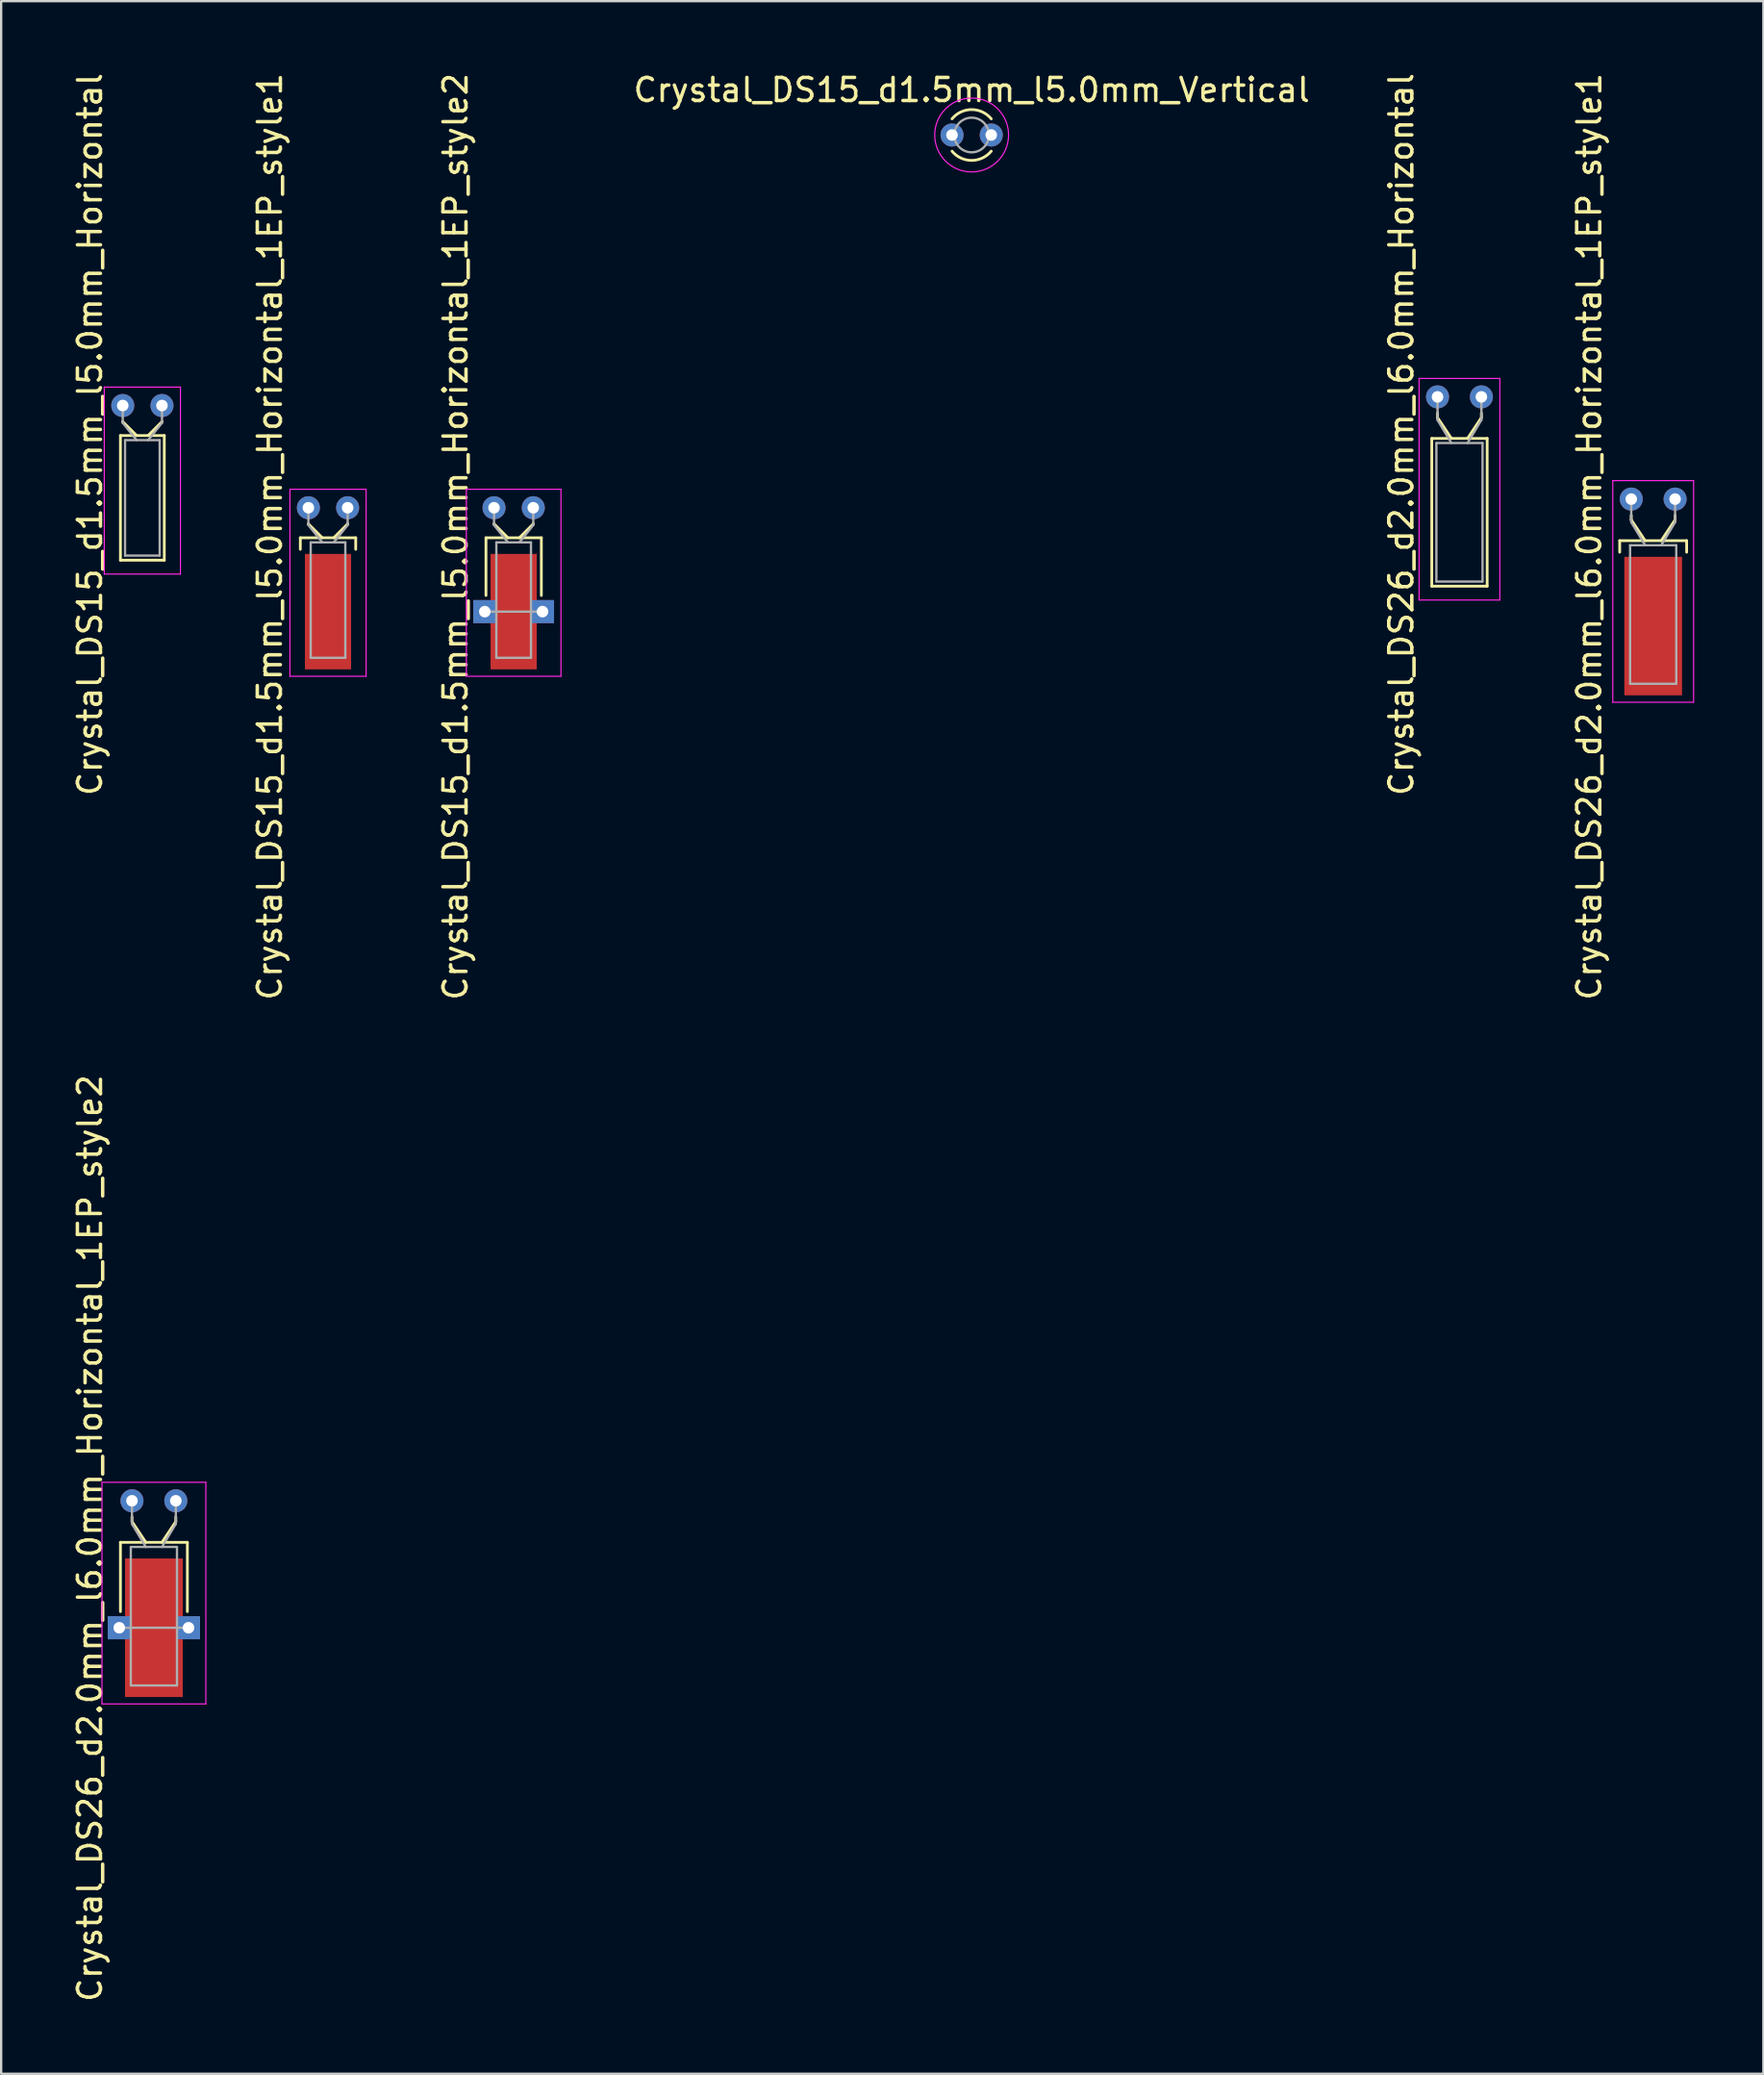
<source format=kicad_pcb>
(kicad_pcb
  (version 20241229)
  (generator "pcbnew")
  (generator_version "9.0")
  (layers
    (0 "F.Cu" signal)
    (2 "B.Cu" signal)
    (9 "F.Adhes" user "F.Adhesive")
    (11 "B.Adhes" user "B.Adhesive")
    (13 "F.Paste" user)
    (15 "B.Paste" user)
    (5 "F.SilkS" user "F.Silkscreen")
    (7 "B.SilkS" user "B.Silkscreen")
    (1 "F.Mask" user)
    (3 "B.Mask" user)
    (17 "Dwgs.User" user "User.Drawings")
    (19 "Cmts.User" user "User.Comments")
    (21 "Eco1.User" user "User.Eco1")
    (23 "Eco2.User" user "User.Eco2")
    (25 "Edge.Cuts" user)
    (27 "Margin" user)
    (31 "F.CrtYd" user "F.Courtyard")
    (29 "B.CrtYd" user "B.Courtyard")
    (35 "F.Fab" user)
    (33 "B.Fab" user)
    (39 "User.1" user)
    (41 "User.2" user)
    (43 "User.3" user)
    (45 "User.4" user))
  (footprint "Crystal_DS15_d1.5mm_l5.0mm_Horizontal"
    (layer "F.Cu")
    (at 2.268 14.518)
    (property "Reference" "Crystal_DS15_d1.5mm_l5.0mm_Horizontal" (at -1.42 1.25 90) (layer "F.SilkS") (effects (font (size 1 1) (thickness 0.15))))
    (attr through_hole)
    (fp_line (start -0.1 1.3) (end -0.1 6.7) (stroke (width 0.12) (type solid)) (layer "F.SilkS"))
    (fp_line (start -0.1 6.7) (end 1.8 6.7) (stroke (width 0.12) (type solid)) (layer "F.SilkS"))
    (fp_line (start 0 0.7) (end 0 0.7) (stroke (width 0.12) (type solid)) (layer "F.SilkS"))
    (fp_line (start 0.6 1.3) (end 0 0.7) (stroke (width 0.12) (type solid)) (layer "F.SilkS"))
    (fp_line (start 1.1 1.3) (end 1.7 0.7) (stroke (width 0.12) (type solid)) (layer "F.SilkS"))
    (fp_line (start 1.7 0.7) (end 1.7 0.7) (stroke (width 0.12) (type solid)) (layer "F.SilkS"))
    (fp_line (start 1.8 1.3) (end -0.1 1.3) (stroke (width 0.12) (type solid)) (layer "F.SilkS"))
    (fp_line (start 1.8 6.7) (end 1.8 1.3) (stroke (width 0.12) (type solid)) (layer "F.SilkS"))
    (fp_line (start -0.8 -0.8) (end -0.8 7.3) (stroke (width 0.05) (type solid)) (layer "F.CrtYd"))
    (fp_line (start -0.8 7.3) (end 2.5 7.3) (stroke (width 0.05) (type solid)) (layer "F.CrtYd"))
    (fp_line (start 2.5 -0.8) (end -0.8 -0.8) (stroke (width 0.05) (type solid)) (layer "F.CrtYd"))
    (fp_line (start 2.5 7.3) (end 2.5 -0.8) (stroke (width 0.05) (type solid)) (layer "F.CrtYd"))
    (fp_line (start 0 0.75) (end 0 0) (stroke (width 0.1) (type solid)) (layer "F.Fab"))
    (fp_line (start 0.1 1.5) (end 0.1 6.5) (stroke (width 0.1) (type solid)) (layer "F.Fab"))
    (fp_line (start 0.1 6.5) (end 1.6 6.5) (stroke (width 0.1) (type solid)) (layer "F.Fab"))
    (fp_line (start 0.6 1.5) (end 0 0.75) (stroke (width 0.1) (type solid)) (layer "F.Fab"))
    (fp_line (start 1.1 1.5) (end 1.7 0.75) (stroke (width 0.1) (type solid)) (layer "F.Fab"))
    (fp_line (start 1.6 1.5) (end 0.1 1.5) (stroke (width 0.1) (type solid)) (layer "F.Fab"))
    (fp_line (start 1.6 6.5) (end 1.6 1.5) (stroke (width 0.1) (type solid)) (layer "F.Fab"))
    (fp_line (start 1.7 0.75) (end 1.7 0) (stroke (width 0.1) (type solid)) (layer "F.Fab"))
    (pad "1" thru_hole circle (at 0 0) (size 1 1) (drill 0.5) (layers "*.Cu" "*.Mask"))
    (pad "2" thru_hole circle (at 1.7 0) (size 1 1) (drill 0.5) (layers "*.Cu" "*.Mask")))
  (footprint "Crystal_DS15_d1.5mm_l5.0mm_Horizontal_1EP_style1"
    (layer "F.Cu")
    (at 10.312 18.946)
    (property "Reference" "Crystal_DS15_d1.5mm_l5.0mm_Horizontal_1EP_style1" (at -1.67 1.25 90) (layer "F.SilkS") (effects (font (size 1 1) (thickness 0.15))))
    (attr through_hole)
    (fp_line (start -0.35 1.3) (end 2.05 1.3) (stroke (width 0.12) (type solid)) (layer "F.SilkS"))
    (fp_line (start -0.35 1.8) (end -0.35 1.3) (stroke (width 0.12) (type solid)) (layer "F.SilkS"))
    (fp_line (start 0 0.7) (end 0 0.7) (stroke (width 0.12) (type solid)) (layer "F.SilkS"))
    (fp_line (start 0.6 1.3) (end 0 0.7) (stroke (width 0.12) (type solid)) (layer "F.SilkS"))
    (fp_line (start 1.1 1.3) (end 1.7 0.7) (stroke (width 0.12) (type solid)) (layer "F.SilkS"))
    (fp_line (start 1.7 0.7) (end 1.7 0.7) (stroke (width 0.12) (type solid)) (layer "F.SilkS"))
    (fp_line (start 2.05 1.3) (end 2.05 1.8) (stroke (width 0.12) (type solid)) (layer "F.SilkS"))
    (fp_line (start -0.8 -0.8) (end -0.8 7.3) (stroke (width 0.05) (type solid)) (layer "F.CrtYd"))
    (fp_line (start -0.8 7.3) (end 2.5 7.3) (stroke (width 0.05) (type solid)) (layer "F.CrtYd"))
    (fp_line (start 2.5 -0.8) (end -0.8 -0.8) (stroke (width 0.05) (type solid)) (layer "F.CrtYd"))
    (fp_line (start 2.5 7.3) (end 2.5 -0.8) (stroke (width 0.05) (type solid)) (layer "F.CrtYd"))
    (fp_line (start 0 0.75) (end 0 0) (stroke (width 0.1) (type solid)) (layer "F.Fab"))
    (fp_line (start 0.1 1.5) (end 0.1 6.5) (stroke (width 0.1) (type solid)) (layer "F.Fab"))
    (fp_line (start 0.1 6.5) (end 1.6 6.5) (stroke (width 0.1) (type solid)) (layer "F.Fab"))
    (fp_line (start 0.6 1.5) (end 0 0.75) (stroke (width 0.1) (type solid)) (layer "F.Fab"))
    (fp_line (start 1.1 1.5) (end 1.7 0.75) (stroke (width 0.1) (type solid)) (layer "F.Fab"))
    (fp_line (start 1.6 1.5) (end 0.1 1.5) (stroke (width 0.1) (type solid)) (layer "F.Fab"))
    (fp_line (start 1.6 6.5) (end 1.6 1.5) (stroke (width 0.1) (type solid)) (layer "F.Fab"))
    (fp_line (start 1.7 0.75) (end 1.7 0) (stroke (width 0.1) (type solid)) (layer "F.Fab"))
    (pad "1" thru_hole circle (at 0 0) (size 1 1) (drill 0.5) (layers "*.Cu" "*.Mask"))
    (pad "2" thru_hole circle (at 1.7 0) (size 1 1) (drill 0.5) (layers "*.Cu" "*.Mask"))
    (pad "3" smd rect (at 0.85 4.5) (size 2 5) (layers "F.Cu" "F.Mask")))
  (footprint "Crystal_DS26_d2.0mm_l6.0mm_Horizontal_1EP_style1"
    (layer "F.Cu")
    (at 67.627 18.571)
    (property "Reference" "Crystal_DS26_d2.0mm_l6.0mm_Horizontal_1EP_style1" (at -1.82 1.625 90) (layer "F.SilkS") (effects (font (size 1 1) (thickness 0.15))))
    (attr through_hole)
    (fp_line (start -0.5 1.8) (end 2.4 1.8) (stroke (width 0.12) (type solid)) (layer "F.SilkS"))
    (fp_line (start -0.5 2.3) (end -0.5 1.8) (stroke (width 0.12) (type solid)) (layer "F.SilkS"))
    (fp_line (start 0 0.9) (end 0 0.7) (stroke (width 0.12) (type solid)) (layer "F.SilkS"))
    (fp_line (start 0.6 1.8) (end 0 0.9) (stroke (width 0.12) (type solid)) (layer "F.SilkS"))
    (fp_line (start 1.3 1.8) (end 1.9 0.9) (stroke (width 0.12) (type solid)) (layer "F.SilkS"))
    (fp_line (start 1.9 0.9) (end 1.9 0.7) (stroke (width 0.12) (type solid)) (layer "F.SilkS"))
    (fp_line (start 2.4 1.8) (end 2.4 2.3) (stroke (width 0.12) (type solid)) (layer "F.SilkS"))
    (fp_line (start -0.8 -0.8) (end -0.8 8.8) (stroke (width 0.05) (type solid)) (layer "F.CrtYd"))
    (fp_line (start -0.8 8.8) (end 2.7 8.8) (stroke (width 0.05) (type solid)) (layer "F.CrtYd"))
    (fp_line (start 2.7 -0.8) (end -0.8 -0.8) (stroke (width 0.05) (type solid)) (layer "F.CrtYd"))
    (fp_line (start 2.7 8.8) (end 2.7 -0.8) (stroke (width 0.05) (type solid)) (layer "F.CrtYd"))
    (fp_line (start -0.05 2) (end -0.05 8) (stroke (width 0.1) (type solid)) (layer "F.Fab"))
    (fp_line (start -0.05 8) (end 1.95 8) (stroke (width 0.1) (type solid)) (layer "F.Fab"))
    (fp_line (start 0 1) (end 0 0) (stroke (width 0.1) (type solid)) (layer "F.Fab"))
    (fp_line (start 0.6 2) (end 0 1) (stroke (width 0.1) (type solid)) (layer "F.Fab"))
    (fp_line (start 1.3 2) (end 1.9 1) (stroke (width 0.1) (type solid)) (layer "F.Fab"))
    (fp_line (start 1.9 1) (end 1.9 0) (stroke (width 0.1) (type solid)) (layer "F.Fab"))
    (fp_line (start 1.95 2) (end -0.05 2) (stroke (width 0.1) (type solid)) (layer "F.Fab"))
    (fp_line (start 1.95 8) (end 1.95 2) (stroke (width 0.1) (type solid)) (layer "F.Fab"))
    (pad "1" thru_hole circle (at 0 0) (size 1 1) (drill 0.5) (layers "*.Cu" "*.Mask"))
    (pad "2" thru_hole circle (at 1.9 0) (size 1 1) (drill 0.5) (layers "*.Cu" "*.Mask"))
    (pad "3" smd rect (at 0.95 5.5) (size 2.5 6) (layers "F.Cu" "F.Mask")))
  (footprint "Crystal_DS26_d2.0mm_l6.0mm_Horizontal"
    (layer "F.Cu")
    (at 59.234 14.143)
    (property "Reference" "Crystal_DS26_d2.0mm_l6.0mm_Horizontal" (at -1.57 1.625 90) (layer "F.SilkS") (effects (font (size 1 1) (thickness 0.15))))
    (attr through_hole)
    (fp_line (start -0.25 1.8) (end -0.25 8.2) (stroke (width 0.12) (type solid)) (layer "F.SilkS"))
    (fp_line (start -0.25 8.2) (end 2.15 8.2) (stroke (width 0.12) (type solid)) (layer "F.SilkS"))
    (fp_line (start 0 0.9) (end 0 0.7) (stroke (width 0.12) (type solid)) (layer "F.SilkS"))
    (fp_line (start 0.6 1.8) (end 0 0.9) (stroke (width 0.12) (type solid)) (layer "F.SilkS"))
    (fp_line (start 1.3 1.8) (end 1.9 0.9) (stroke (width 0.12) (type solid)) (layer "F.SilkS"))
    (fp_line (start 1.9 0.9) (end 1.9 0.7) (stroke (width 0.12) (type solid)) (layer "F.SilkS"))
    (fp_line (start 2.15 1.8) (end -0.25 1.8) (stroke (width 0.12) (type solid)) (layer "F.SilkS"))
    (fp_line (start 2.15 8.2) (end 2.15 1.8) (stroke (width 0.12) (type solid)) (layer "F.SilkS"))
    (fp_line (start -0.8 -0.8) (end -0.8 8.8) (stroke (width 0.05) (type solid)) (layer "F.CrtYd"))
    (fp_line (start -0.8 8.8) (end 2.7 8.8) (stroke (width 0.05) (type solid)) (layer "F.CrtYd"))
    (fp_line (start 2.7 -0.8) (end -0.8 -0.8) (stroke (width 0.05) (type solid)) (layer "F.CrtYd"))
    (fp_line (start 2.7 8.8) (end 2.7 -0.8) (stroke (width 0.05) (type solid)) (layer "F.CrtYd"))
    (fp_line (start -0.05 2) (end -0.05 8) (stroke (width 0.1) (type solid)) (layer "F.Fab"))
    (fp_line (start -0.05 8) (end 1.95 8) (stroke (width 0.1) (type solid)) (layer "F.Fab"))
    (fp_line (start 0 1) (end 0 0) (stroke (width 0.1) (type solid)) (layer "F.Fab"))
    (fp_line (start 0.6 2) (end 0 1) (stroke (width 0.1) (type solid)) (layer "F.Fab"))
    (fp_line (start 1.3 2) (end 1.9 1) (stroke (width 0.1) (type solid)) (layer "F.Fab"))
    (fp_line (start 1.9 1) (end 1.9 0) (stroke (width 0.1) (type solid)) (layer "F.Fab"))
    (fp_line (start 1.95 2) (end -0.05 2) (stroke (width 0.1) (type solid)) (layer "F.Fab"))
    (fp_line (start 1.95 8) (end 1.95 2) (stroke (width 0.1) (type solid)) (layer "F.Fab"))
    (pad "1" thru_hole circle (at 0 0) (size 1 1) (drill 0.5) (layers "*.Cu" "*.Mask"))
    (pad "2" thru_hole circle (at 1.9 0) (size 1 1) (drill 0.5) (layers "*.Cu" "*.Mask")))
  (footprint "Crystal_DS15_d1.5mm_l5.0mm_Vertical"
    (layer "F.Cu")
    (at 38.198 2.798)
    (property "Reference" "Crystal_DS15_d1.5mm_l5.0mm_Vertical" (at 0.85 -1.95 0) (layer "F.SilkS") (effects (font (size 1 1) (thickness 0.15))))
    (attr through_hole)
    (fp_arc (start 0 -0.7) (mid 0.850432 -1.101136) (end 1.700549 -0.699333) (stroke (width 0.12) (type solid)) (layer "F.SilkS"))
    (fp_arc (start 1.700549 0.699333) (mid 0.850432 1.101136) (end 0 0.7) (stroke (width 0.12) (type solid)) (layer "F.SilkS"))
    (fp_circle (center 0.85 0) (end 2.45 0) (stroke (width 0.05) (type solid)) (fill no) (layer "F.CrtYd"))
    (fp_circle (center 0.85 0) (end 1.6 0) (stroke (width 0.1) (type solid)) (fill no) (layer "F.Fab"))
    (pad "1" thru_hole circle (at 0 0) (size 1 1) (drill 0.5) (layers "*.Cu" "*.Mask"))
    (pad "2" thru_hole circle (at 1.7 0) (size 1 1) (drill 0.5) (layers "*.Cu" "*.Mask")))
  (footprint "Crystal_DS26_d2.0mm_l6.0mm_Horizontal_1EP_style2"
    (layer "F.Cu")
    (at 2.668 61.964)
    (property "Reference" "Crystal_DS26_d2.0mm_l6.0mm_Horizontal_1EP_style2" (at -1.82 1.625 90) (layer "F.SilkS") (effects (font (size 1 1) (thickness 0.15))))
    (attr through_hole)
    (fp_line (start -0.5 1.8) (end 2.4 1.8) (stroke (width 0.12) (type solid)) (layer "F.SilkS"))
    (fp_line (start -0.5 4.8) (end -0.5 1.8) (stroke (width 0.12) (type solid)) (layer "F.SilkS"))
    (fp_line (start 0 0.9) (end 0 0.7) (stroke (width 0.12) (type solid)) (layer "F.SilkS"))
    (fp_line (start 0.6 1.8) (end 0 0.9) (stroke (width 0.12) (type solid)) (layer "F.SilkS"))
    (fp_line (start 1.3 1.8) (end 1.9 0.9) (stroke (width 0.12) (type solid)) (layer "F.SilkS"))
    (fp_line (start 1.9 0.9) (end 1.9 0.7) (stroke (width 0.12) (type solid)) (layer "F.SilkS"))
    (fp_line (start 2.4 1.8) (end 2.4 4.8) (stroke (width 0.12) (type solid)) (layer "F.SilkS"))
    (fp_line (start -1.3 -0.8) (end -1.3 8.8) (stroke (width 0.05) (type solid)) (layer "F.CrtYd"))
    (fp_line (start -1.3 8.8) (end 3.2 8.8) (stroke (width 0.05) (type solid)) (layer "F.CrtYd"))
    (fp_line (start 3.2 -0.8) (end -1.3 -0.8) (stroke (width 0.05) (type solid)) (layer "F.CrtYd"))
    (fp_line (start 3.2 8.8) (end 3.2 -0.8) (stroke (width 0.05) (type solid)) (layer "F.CrtYd"))
    (fp_line (start -0.55 5.5) (end 2.45 5.5) (stroke (width 0.1) (type solid)) (layer "F.Fab"))
    (fp_line (start -0.05 2) (end -0.05 8) (stroke (width 0.1) (type solid)) (layer "F.Fab"))
    (fp_line (start -0.05 8) (end 1.95 8) (stroke (width 0.1) (type solid)) (layer "F.Fab"))
    (fp_line (start 0 1) (end 0 0) (stroke (width 0.1) (type solid)) (layer "F.Fab"))
    (fp_line (start 0.6 2) (end 0 1) (stroke (width 0.1) (type solid)) (layer "F.Fab"))
    (fp_line (start 1.3 2) (end 1.9 1) (stroke (width 0.1) (type solid)) (layer "F.Fab"))
    (fp_line (start 1.9 1) (end 1.9 0) (stroke (width 0.1) (type solid)) (layer "F.Fab"))
    (fp_line (start 1.95 2) (end -0.05 2) (stroke (width 0.1) (type solid)) (layer "F.Fab"))
    (fp_line (start 1.95 8) (end 1.95 2) (stroke (width 0.1) (type solid)) (layer "F.Fab"))
    (pad "1" thru_hole circle (at 0 0) (size 1 1) (drill 0.5) (layers "*.Cu" "*.Mask"))
    (pad "2" thru_hole circle (at 1.9 0) (size 1 1) (drill 0.5) (layers "*.Cu" "*.Mask"))
    (pad "3" thru_hole rect (at -0.55 5.5) (size 1 1) (drill 0.5) (layers "*.Cu" "*.Mask"))
    (pad "3" smd rect (at 0.95 5.5) (size 2.5 6) (layers "F.Cu" "F.Mask"))
    (pad "3" thru_hole rect (at 2.45 5.5) (size 1 1) (drill 0.5) (layers "*.Cu" "*.Mask")))
  (footprint "Crystal_DS15_d1.5mm_l5.0mm_Horizontal_1EP_style2"
    (layer "F.Cu")
    (at 18.355 18.946)
    (property "Reference" "Crystal_DS15_d1.5mm_l5.0mm_Horizontal_1EP_style2" (at -1.67 1.25 90) (layer "F.SilkS") (effects (font (size 1 1) (thickness 0.15))))
    (attr through_hole)
    (fp_line (start -0.35 1.3) (end 2.05 1.3) (stroke (width 0.12) (type solid)) (layer "F.SilkS"))
    (fp_line (start -0.35 3.8) (end -0.35 1.3) (stroke (width 0.12) (type solid)) (layer "F.SilkS"))
    (fp_line (start 0 0.7) (end 0 0.7) (stroke (width 0.12) (type solid)) (layer "F.SilkS"))
    (fp_line (start 0.6 1.3) (end 0 0.7) (stroke (width 0.12) (type solid)) (layer "F.SilkS"))
    (fp_line (start 1.1 1.3) (end 1.7 0.7) (stroke (width 0.12) (type solid)) (layer "F.SilkS"))
    (fp_line (start 1.7 0.7) (end 1.7 0.7) (stroke (width 0.12) (type solid)) (layer "F.SilkS"))
    (fp_line (start 2.05 1.3) (end 2.05 3.8) (stroke (width 0.12) (type solid)) (layer "F.SilkS"))
    (fp_line (start -1.2 -0.8) (end -1.2 7.3) (stroke (width 0.05) (type solid)) (layer "F.CrtYd"))
    (fp_line (start -1.2 7.3) (end 2.9 7.3) (stroke (width 0.05) (type solid)) (layer "F.CrtYd"))
    (fp_line (start 2.9 -0.8) (end -1.2 -0.8) (stroke (width 0.05) (type solid)) (layer "F.CrtYd"))
    (fp_line (start 2.9 7.3) (end 2.9 -0.8) (stroke (width 0.05) (type solid)) (layer "F.CrtYd"))
    (fp_line (start -0.4 4.5) (end 2.1 4.5) (stroke (width 0.1) (type solid)) (layer "F.Fab"))
    (fp_line (start 0 0.75) (end 0 0) (stroke (width 0.1) (type solid)) (layer "F.Fab"))
    (fp_line (start 0.1 1.5) (end 0.1 6.5) (stroke (width 0.1) (type solid)) (layer "F.Fab"))
    (fp_line (start 0.1 6.5) (end 1.6 6.5) (stroke (width 0.1) (type solid)) (layer "F.Fab"))
    (fp_line (start 0.6 1.5) (end 0 0.75) (stroke (width 0.1) (type solid)) (layer "F.Fab"))
    (fp_line (start 1.1 1.5) (end 1.7 0.75) (stroke (width 0.1) (type solid)) (layer "F.Fab"))
    (fp_line (start 1.6 1.5) (end 0.1 1.5) (stroke (width 0.1) (type solid)) (layer "F.Fab"))
    (fp_line (start 1.6 6.5) (end 1.6 1.5) (stroke (width 0.1) (type solid)) (layer "F.Fab"))
    (fp_line (start 1.7 0.75) (end 1.7 0) (stroke (width 0.1) (type solid)) (layer "F.Fab"))
    (pad "1" thru_hole circle (at 0 0) (size 1 1) (drill 0.5) (layers "*.Cu" "*.Mask"))
    (pad "2" thru_hole circle (at 1.7 0) (size 1 1) (drill 0.5) (layers "*.Cu" "*.Mask"))
    (pad "3" thru_hole rect (at -0.4 4.5) (size 1 1) (drill 0.5) (layers "*.Cu" "*.Mask"))
    (pad "3" smd rect (at 0.85 4.5) (size 2 5) (layers "F.Cu" "F.Mask"))
    (pad "3" thru_hole rect (at 2.1 4.5) (size 1 1) (drill 0.5) (layers "*.Cu" "*.Mask")))
  (gr_rect
    (start -3 -3)
    (end 73.352 86.786)
    (stroke (width 0.1) (type default))
    (fill no)
    (layer "Edge.Cuts")))
</source>
